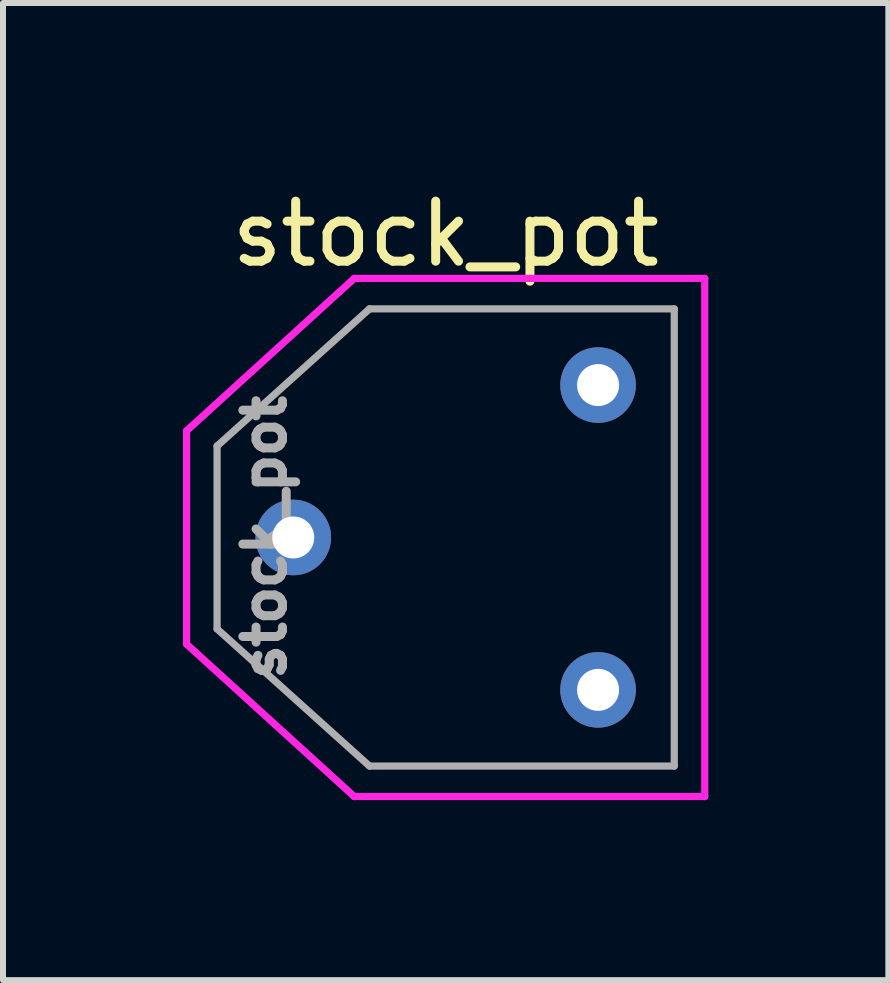
<source format=kicad_pcb>
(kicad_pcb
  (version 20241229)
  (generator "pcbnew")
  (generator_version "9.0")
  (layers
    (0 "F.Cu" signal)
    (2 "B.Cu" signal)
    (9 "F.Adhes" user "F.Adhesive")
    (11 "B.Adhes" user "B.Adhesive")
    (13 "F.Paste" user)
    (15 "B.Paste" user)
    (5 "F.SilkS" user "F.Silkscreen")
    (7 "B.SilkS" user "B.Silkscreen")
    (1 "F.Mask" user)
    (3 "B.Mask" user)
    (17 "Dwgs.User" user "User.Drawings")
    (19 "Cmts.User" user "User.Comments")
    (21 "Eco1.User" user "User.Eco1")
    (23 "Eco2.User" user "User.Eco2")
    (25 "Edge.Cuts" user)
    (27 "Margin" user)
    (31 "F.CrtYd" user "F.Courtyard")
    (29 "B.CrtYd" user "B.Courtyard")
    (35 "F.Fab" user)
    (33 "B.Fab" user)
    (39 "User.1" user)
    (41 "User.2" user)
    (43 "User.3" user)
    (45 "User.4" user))
  (footprint "stock_pot"
    (layer "F.Cu")
    (at 6.918 8.448)
    (property "Reference" "stock_pot" (at -2.54 -7.6 0) (layer "F.SilkS") (effects (font (size 1 1) (thickness 0.15))))
    (attr through_hole)
    (fp_line (start -6.858 -4.318) (end -6.858 -0.762) (stroke (width 0.12) (type solid)) (layer "F.CrtYd"))
    (fp_line (start -6.858 -0.762) (end -4.064 1.778) (stroke (width 0.12) (type solid)) (layer "F.CrtYd"))
    (fp_line (start -4.064 -6.858) (end -6.858 -4.318) (stroke (width 0.12) (type solid)) (layer "F.CrtYd"))
    (fp_line (start -4.064 1.778) (end 1.778 1.778) (stroke (width 0.12) (type solid)) (layer "F.CrtYd"))
    (fp_line (start 1.778 -6.858) (end -4.064 -6.858) (stroke (width 0.12) (type solid)) (layer "F.CrtYd"))
    (fp_line (start 1.778 1.778) (end 1.778 -6.858) (stroke (width 0.12) (type solid)) (layer "F.CrtYd"))
    (fp_line (start -6.35 -4.064) (end -6.35 -1.016) (stroke (width 0.12) (type solid)) (layer "F.Fab"))
    (fp_line (start -6.35 -4.064) (end -3.81 -6.35) (stroke (width 0.12) (type solid)) (layer "F.Fab"))
    (fp_line (start -6.35 -1.016) (end -3.81 1.27) (stroke (width 0.12) (type solid)) (layer "F.Fab"))
    (fp_line (start 1.27 -6.35) (end -3.81 -6.35) (stroke (width 0.12) (type solid)) (layer "F.Fab"))
    (fp_line (start 1.27 1.27) (end -3.81 1.27) (stroke (width 0.12) (type solid)) (layer "F.Fab"))
    (fp_line (start 1.27 1.27) (end 1.27 -6.35) (stroke (width 0.12) (type solid)) (layer "F.Fab"))
    (fp_text user "${REFERENCE}" (at -5.558 -2.54 90) (layer "F.Fab") (effects (font (size 0.66 0.66) (thickness 0.15))))
    (pad "1" thru_hole circle (at 0 0) (size 1.26 1.26) (drill 0.7) (layers "*.Cu" "*.Mask"))
    (pad "2" thru_hole circle (at -5.08 -2.54) (size 1.26 1.26) (drill 0.7) (layers "*.Cu" "*.Mask"))
    (pad "3" thru_hole circle (at 0 -5.08) (size 1.26 1.26) (drill 0.7) (layers "*.Cu" "*.Mask")))
  (gr_rect
    (start -3 -3)
    (end 11.756 13.286)
    (stroke (width 0.1) (type default))
    (fill no)
    (layer "Edge.Cuts")))
</source>
